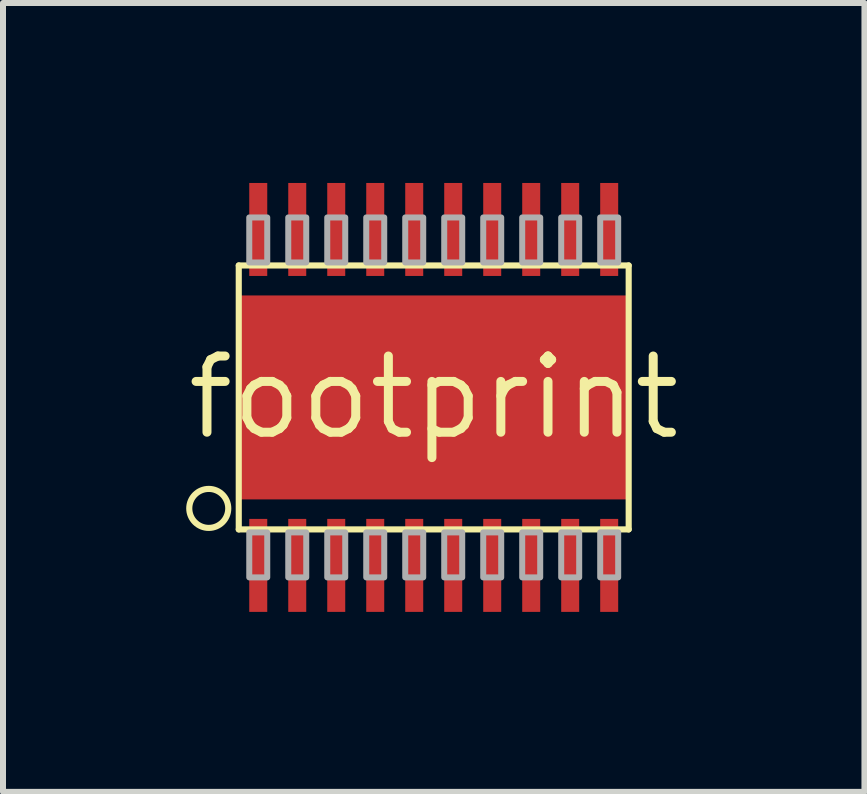
<source format=kicad_pcb>
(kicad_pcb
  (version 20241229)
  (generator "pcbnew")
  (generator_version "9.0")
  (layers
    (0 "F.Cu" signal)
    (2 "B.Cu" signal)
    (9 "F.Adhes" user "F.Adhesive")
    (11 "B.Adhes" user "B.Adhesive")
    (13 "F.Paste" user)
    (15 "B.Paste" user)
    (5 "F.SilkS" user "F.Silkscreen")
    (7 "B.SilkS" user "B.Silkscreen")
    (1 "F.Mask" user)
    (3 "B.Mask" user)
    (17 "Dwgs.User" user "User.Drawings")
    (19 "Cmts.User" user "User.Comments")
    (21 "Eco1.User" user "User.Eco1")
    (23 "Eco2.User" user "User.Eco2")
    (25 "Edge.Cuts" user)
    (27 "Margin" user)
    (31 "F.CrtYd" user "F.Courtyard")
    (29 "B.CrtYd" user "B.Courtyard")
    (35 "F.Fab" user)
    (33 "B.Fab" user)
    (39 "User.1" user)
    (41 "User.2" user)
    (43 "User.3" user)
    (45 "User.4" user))
  (footprint "footprint"
    (layer "F.Cu")
    (at 4.18 3.575)
    (property "Reference" "footprint" (at 0 0 0) (layer "F.SilkS") (effects (font (size 1.27 1.27) (thickness 0.15))))
    (fp_poly (pts (xy 1.778 1.438) (xy -1.778 1.438) (xy -1.778 -1.438) (xy 1.778 -1.438)) (stroke (width 0) (type solid)) (fill yes) (layer "F.Mask"))
    (fp_line (start -3.25 -2.2) (end 3.25 -2.2) (stroke (width 0.102) (type solid)) (layer "F.SilkS"))
    (fp_line (start -3.25 2.2) (end -3.25 -2.2) (stroke (width 0.102) (type solid)) (layer "F.SilkS"))
    (fp_line (start 3.25 -2.2) (end 3.25 2.2) (stroke (width 0.102) (type solid)) (layer "F.SilkS"))
    (fp_line (start 3.25 2.2) (end -3.25 2.2) (stroke (width 0.102) (type solid)) (layer "F.SilkS"))
    (fp_circle (center -3.75 1.85) (end -3.425 1.85) (stroke (width 0.102) (type solid)) (fill no) (layer "F.SilkS"))
    (fp_poly (pts (xy 1.734 1.433) (xy -1.734 1.433) (xy -1.734 -1.433) (xy 1.734 -1.433)) (stroke (width 0) (type solid)) (fill yes) (layer "F.Paste"))
    (fp_poly (pts (xy -3.075 3) (xy -2.775 3) (xy -2.775 2.25) (xy -3.075 2.25)) (stroke (width 0.1) (type solid)) (fill no) (layer "F.Fab"))
    (fp_poly (pts (xy -2.775 -3) (xy -3.075 -3) (xy -3.075 -2.25) (xy -2.775 -2.25)) (stroke (width 0.1) (type solid)) (fill no) (layer "F.Fab"))
    (fp_poly (pts (xy -2.425 3) (xy -2.125 3) (xy -2.125 2.25) (xy -2.425 2.25)) (stroke (width 0.1) (type solid)) (fill no) (layer "F.Fab"))
    (fp_poly (pts (xy -2.125 -3) (xy -2.425 -3) (xy -2.425 -2.25) (xy -2.125 -2.25)) (stroke (width 0.1) (type solid)) (fill no) (layer "F.Fab"))
    (fp_poly (pts (xy -1.775 3) (xy -1.475 3) (xy -1.475 2.25) (xy -1.775 2.25)) (stroke (width 0.1) (type solid)) (fill no) (layer "F.Fab"))
    (fp_poly (pts (xy -1.475 -3) (xy -1.775 -3) (xy -1.775 -2.25) (xy -1.475 -2.25)) (stroke (width 0.1) (type solid)) (fill no) (layer "F.Fab"))
    (fp_poly (pts (xy -1.125 3) (xy -0.825 3) (xy -0.825 2.25) (xy -1.125 2.25)) (stroke (width 0.1) (type solid)) (fill no) (layer "F.Fab"))
    (fp_poly (pts (xy -0.825 -3) (xy -1.125 -3) (xy -1.125 -2.25) (xy -0.825 -2.25)) (stroke (width 0.1) (type solid)) (fill no) (layer "F.Fab"))
    (fp_poly (pts (xy -0.475 3) (xy -0.175 3) (xy -0.175 2.25) (xy -0.475 2.25)) (stroke (width 0.1) (type solid)) (fill no) (layer "F.Fab"))
    (fp_poly (pts (xy -0.175 -3) (xy -0.475 -3) (xy -0.475 -2.25) (xy -0.175 -2.25)) (stroke (width 0.1) (type solid)) (fill no) (layer "F.Fab"))
    (fp_poly (pts (xy 0.175 3) (xy 0.475 3) (xy 0.475 2.25) (xy 0.175 2.25)) (stroke (width 0.1) (type solid)) (fill no) (layer "F.Fab"))
    (fp_poly (pts (xy 0.475 -3) (xy 0.175 -3) (xy 0.175 -2.25) (xy 0.475 -2.25)) (stroke (width 0.1) (type solid)) (fill no) (layer "F.Fab"))
    (fp_poly (pts (xy 0.825 3) (xy 1.125 3) (xy 1.125 2.25) (xy 0.825 2.25)) (stroke (width 0.1) (type solid)) (fill no) (layer "F.Fab"))
    (fp_poly (pts (xy 1.125 -3) (xy 0.825 -3) (xy 0.825 -2.25) (xy 1.125 -2.25)) (stroke (width 0.1) (type solid)) (fill no) (layer "F.Fab"))
    (fp_poly (pts (xy 1.475 3) (xy 1.775 3) (xy 1.775 2.25) (xy 1.475 2.25)) (stroke (width 0.1) (type solid)) (fill no) (layer "F.Fab"))
    (fp_poly (pts (xy 1.775 -3) (xy 1.475 -3) (xy 1.475 -2.25) (xy 1.775 -2.25)) (stroke (width 0.1) (type solid)) (fill no) (layer "F.Fab"))
    (fp_poly (pts (xy 2.125 3) (xy 2.425 3) (xy 2.425 2.25) (xy 2.125 2.25)) (stroke (width 0.1) (type solid)) (fill no) (layer "F.Fab"))
    (fp_poly (pts (xy 2.425 -3) (xy 2.125 -3) (xy 2.125 -2.25) (xy 2.425 -2.25)) (stroke (width 0.1) (type solid)) (fill no) (layer "F.Fab"))
    (fp_poly (pts (xy 2.775 3) (xy 3.075 3) (xy 3.075 2.25) (xy 2.775 2.25)) (stroke (width 0.1) (type solid)) (fill no) (layer "F.Fab"))
    (fp_poly (pts (xy 3.075 -3) (xy 2.775 -3) (xy 2.775 -2.25) (xy 3.075 -2.25)) (stroke (width 0.1) (type solid)) (fill no) (layer "F.Fab"))
    (pad "1" smd rect (at -2.925 2.8) (size 0.3 1.55) (layers "F.Cu" "F.Mask" "F.Paste"))
    (pad "2" smd rect (at -2.275 2.8) (size 0.3 1.55) (layers "F.Cu" "F.Mask" "F.Paste"))
    (pad "3" smd rect (at -1.625 2.8) (size 0.3 1.55) (layers "F.Cu" "F.Mask" "F.Paste"))
    (pad "4" smd rect (at -0.975 2.8) (size 0.3 1.55) (layers "F.Cu" "F.Mask" "F.Paste"))
    (pad "5" smd rect (at -0.325 2.8) (size 0.3 1.55) (layers "F.Cu" "F.Mask" "F.Paste"))
    (pad "6" smd rect (at 0.325 2.8) (size 0.3 1.55) (layers "F.Cu" "F.Mask" "F.Paste"))
    (pad "7" smd rect (at 0.975 2.8) (size 0.3 1.55) (layers "F.Cu" "F.Mask" "F.Paste"))
    (pad "8" smd rect (at 1.625 2.8) (size 0.3 1.55) (layers "F.Cu" "F.Mask" "F.Paste"))
    (pad "9" smd rect (at 2.275 2.8) (size 0.3 1.55) (layers "F.Cu" "F.Mask" "F.Paste"))
    (pad "10" smd rect (at 2.925 2.8) (size 0.3 1.55) (layers "F.Cu" "F.Mask" "F.Paste"))
    (pad "11" smd rect (at 2.925 -2.8 180) (size 0.3 1.55) (layers "F.Cu" "F.Mask" "F.Paste"))
    (pad "12" smd rect (at 2.275 -2.8 180) (size 0.3 1.55) (layers "F.Cu" "F.Mask" "F.Paste"))
    (pad "13" smd rect (at 1.625 -2.8 180) (size 0.3 1.55) (layers "F.Cu" "F.Mask" "F.Paste"))
    (pad "14" smd rect (at 0.975 -2.8 180) (size 0.3 1.55) (layers "F.Cu" "F.Mask" "F.Paste"))
    (pad "15" smd rect (at 0.325 -2.8 180) (size 0.3 1.55) (layers "F.Cu" "F.Mask" "F.Paste"))
    (pad "16" smd rect (at -0.325 -2.8 180) (size 0.3 1.55) (layers "F.Cu" "F.Mask" "F.Paste"))
    (pad "17" smd rect (at -0.975 -2.8 180) (size 0.3 1.55) (layers "F.Cu" "F.Mask" "F.Paste"))
    (pad "18" smd rect (at -1.625 -2.8 180) (size 0.3 1.55) (layers "F.Cu" "F.Mask" "F.Paste"))
    (pad "19" smd rect (at -2.275 -2.8 180) (size 0.3 1.55) (layers "F.Cu" "F.Mask" "F.Paste"))
    (pad "20" smd rect (at -2.925 -2.8 180) (size 0.3 1.55) (layers "F.Cu" "F.Mask" "F.Paste"))
    (pad "EXP" smd rect (at 0 0) (size 6.5 3.4) (layers "F.Cu")))
  (gr_rect
    (start -3 -3)
    (end 11.36 10.15)
    (stroke (width 0.1) (type default))
    (fill no)
    (layer "Edge.Cuts")))
</source>
